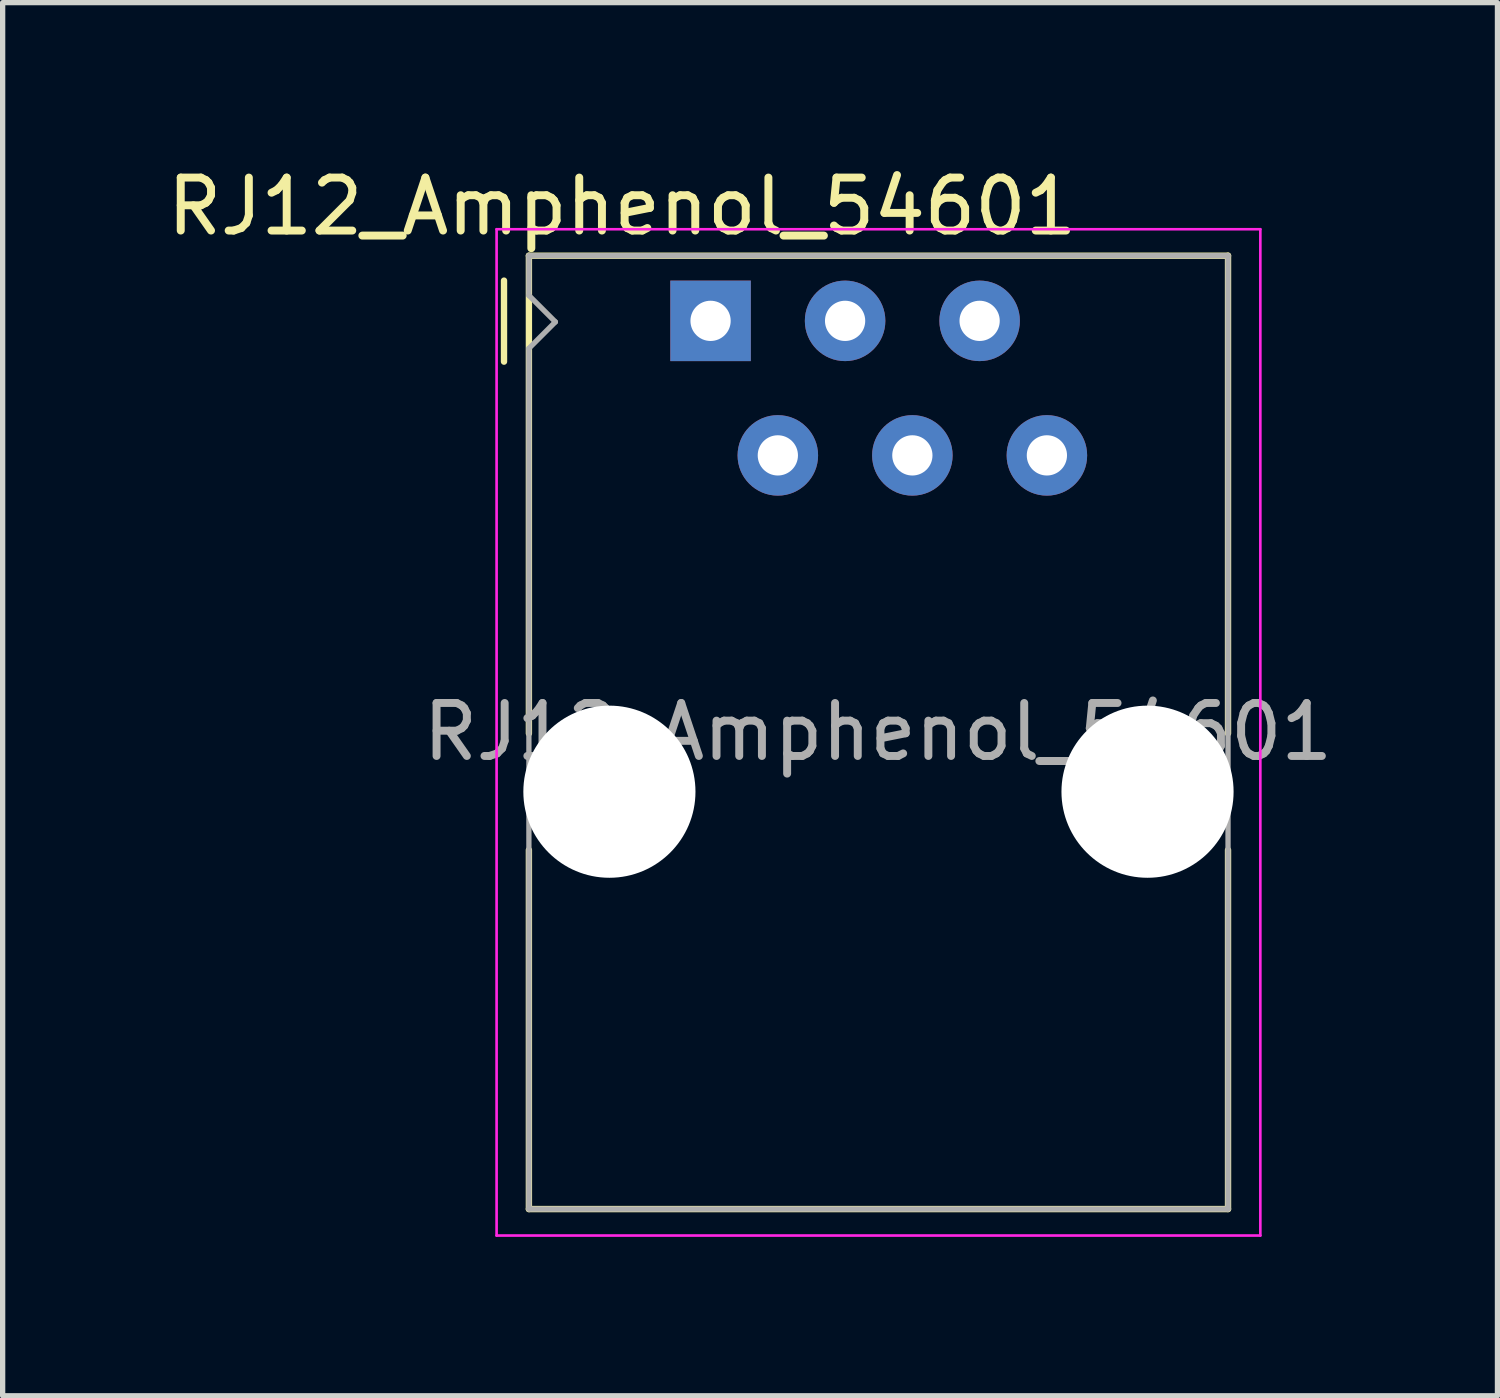
<source format=kicad_pcb>
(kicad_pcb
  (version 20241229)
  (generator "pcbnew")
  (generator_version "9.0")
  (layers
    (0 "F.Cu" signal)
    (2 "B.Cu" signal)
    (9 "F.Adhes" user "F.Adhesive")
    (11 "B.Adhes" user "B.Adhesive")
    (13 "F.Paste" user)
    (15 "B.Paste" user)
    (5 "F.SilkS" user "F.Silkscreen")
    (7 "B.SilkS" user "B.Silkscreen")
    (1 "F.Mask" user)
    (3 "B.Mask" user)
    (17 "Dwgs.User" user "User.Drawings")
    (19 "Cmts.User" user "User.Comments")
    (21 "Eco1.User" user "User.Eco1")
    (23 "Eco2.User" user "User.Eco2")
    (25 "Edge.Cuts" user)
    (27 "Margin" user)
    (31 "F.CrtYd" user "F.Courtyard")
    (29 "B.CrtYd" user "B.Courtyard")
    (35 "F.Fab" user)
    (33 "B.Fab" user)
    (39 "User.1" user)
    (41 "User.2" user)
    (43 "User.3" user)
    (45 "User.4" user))
  (footprint "RJ12_Amphenol_54601"
    (layer "F.Cu")
    (at 10.366 3.008)
    (property "Reference" "RJ12_Amphenol_54601" (at -1.67 -2.16 0) (layer "F.SilkS") (effects (font (size 1 1) (thickness 0.15))))
    (attr through_hole)
    (fp_line (start -3.9 0.77) (end -3.9 -0.76) (stroke (width 0.12) (type solid)) (layer "F.SilkS"))
    (fp_line (start -3.43 -1.23) (end 9.77 -1.23) (stroke (width 0.12) (type solid)) (layer "F.SilkS"))
    (fp_line (start -3.43 7.72) (end -3.43 7.79) (stroke (width 0.1) (type solid)) (layer "F.SilkS"))
    (fp_line (start -3.43 7.79) (end -3.43 -1.23) (stroke (width 0.12) (type solid)) (layer "F.SilkS"))
    (fp_line (start -3.43 16.77) (end -3.43 9.99) (stroke (width 0.12) (type solid)) (layer "F.SilkS"))
    (fp_line (start 9.77 -1.23) (end 9.77 7.79) (stroke (width 0.12) (type solid)) (layer "F.SilkS"))
    (fp_line (start 9.77 16.65) (end 9.77 16.77) (stroke (width 0.1) (type solid)) (layer "F.SilkS"))
    (fp_line (start 9.77 16.76) (end 9.77 16.77) (stroke (width 0.1) (type solid)) (layer "F.SilkS"))
    (fp_line (start 9.77 16.77) (end -3.43 16.77) (stroke (width 0.12) (type solid)) (layer "F.SilkS"))
    (fp_line (start 9.77 16.77) (end 9.77 9.99) (stroke (width 0.12) (type solid)) (layer "F.SilkS"))
    (fp_line (start -4.04 -1.73) (end 10.38 -1.73) (stroke (width 0.05) (type solid)) (layer "F.CrtYd"))
    (fp_line (start -4.04 17.27) (end -4.04 -1.73) (stroke (width 0.05) (type solid)) (layer "F.CrtYd"))
    (fp_line (start 10.38 -1.73) (end 10.38 17.27) (stroke (width 0.05) (type solid)) (layer "F.CrtYd"))
    (fp_line (start 10.38 17.27) (end -4.04 17.27) (stroke (width 0.05) (type solid)) (layer "F.CrtYd"))
    (fp_line (start -3.43 -1.23) (end 9.77 -1.23) (stroke (width 0.1) (type solid)) (layer "F.Fab"))
    (fp_line (start -3.43 -0.48) (end -3.43 -1.23) (stroke (width 0.1) (type solid)) (layer "F.Fab"))
    (fp_line (start -3.43 0.52) (end -2.93 0.02) (stroke (width 0.1) (type solid)) (layer "F.Fab"))
    (fp_line (start -3.43 16.77) (end -3.43 0.52) (stroke (width 0.1) (type solid)) (layer "F.Fab"))
    (fp_line (start -2.93 0.02) (end -3.43 -0.48) (stroke (width 0.1) (type solid)) (layer "F.Fab"))
    (fp_line (start 9.77 -1.23) (end 9.77 16.77) (stroke (width 0.1) (type solid)) (layer "F.Fab"))
    (fp_line (start 9.77 16.77) (end -3.43 16.77) (stroke (width 0.1) (type solid)) (layer "F.Fab"))
    (fp_text user "${REFERENCE}" (at 3.16 7.76 0) (layer "F.Fab") (effects (font (size 1 1) (thickness 0.15))))
    (pad "" np_thru_hole circle (at -1.91 8.89) (size 3.25 3.25) (drill 3.25) (layers "*.Cu" "*.Mask"))
    (pad "" np_thru_hole circle (at 8.25 8.89) (size 3.25 3.25) (drill 3.25) (layers "*.Cu" "*.Mask"))
    (pad "1" thru_hole rect (at 0 0) (size 1.52 1.52) (drill 0.76) (layers "*.Cu" "*.Mask"))
    (pad "2" thru_hole circle (at 1.27 2.54) (size 1.52 1.52) (drill 0.76) (layers "*.Cu" "*.Mask"))
    (pad "3" thru_hole circle (at 2.54 0) (size 1.52 1.52) (drill 0.76) (layers "*.Cu" "*.Mask"))
    (pad "4" thru_hole circle (at 3.81 2.54) (size 1.52 1.52) (drill 0.76) (layers "*.Cu" "*.Mask"))
    (pad "5" thru_hole circle (at 5.08 0) (size 1.52 1.52) (drill 0.76) (layers "*.Cu" "*.Mask"))
    (pad "6" thru_hole circle (at 6.35 2.54) (size 1.52 1.52) (drill 0.76) (layers "*.Cu" "*.Mask")))
  (gr_rect
    (start -3 -3)
    (end 25.223 23.303)
    (stroke (width 0.1) (type default))
    (fill no)
    (layer "Edge.Cuts")))
</source>
